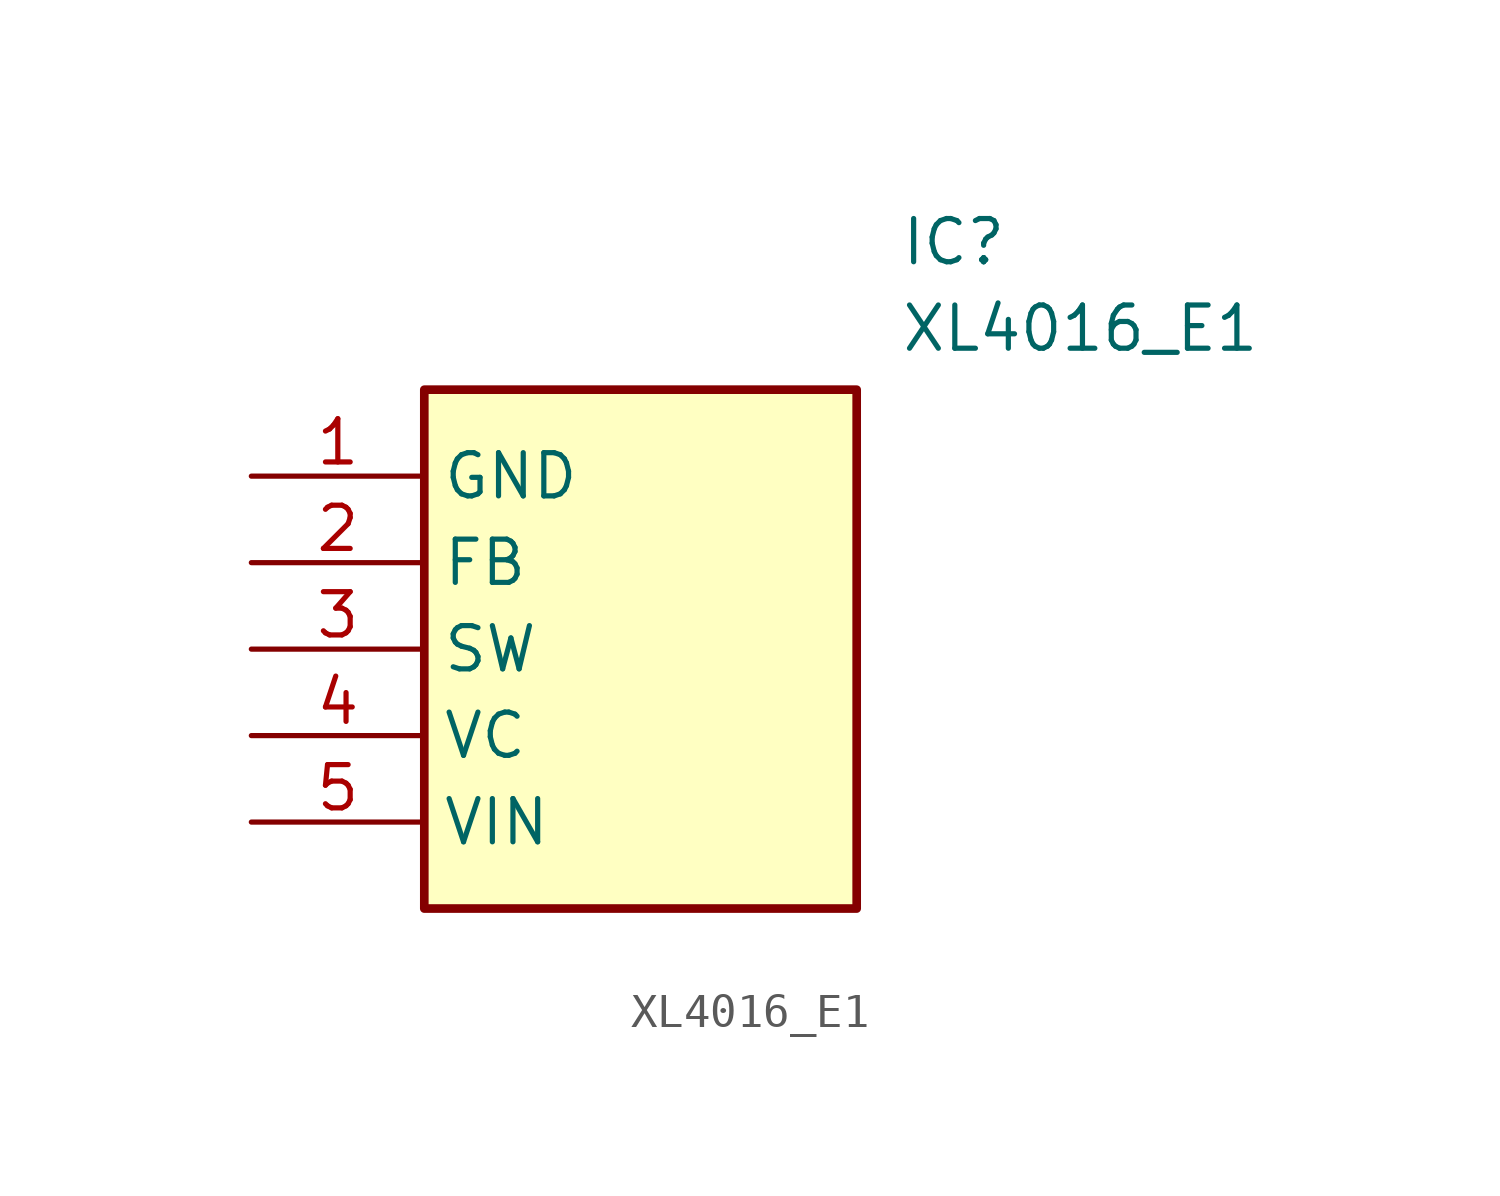
<source format=kicad_sym>
(kicad_symbol_lib
  (version 20231120)
  (generator "kicad_symbol_editor")
  (generator_version "8.0")
  (symbol "XL4016_E1"
    (property "Reference" "IC"
      (at 19.05 7.62 0)
      (effects (font (size 1.27 1.27)) (justify left top)))
    (property "Value" "XL4016_E1"
      (at 19.05 5.08 0)
      (effects (font (size 1.27 1.27)) (justify left top)))
    (symbol "XL4016_E1_1_1"
      (rectangle (start 5.08 2.54) (end 17.78 -12.7) (stroke (width 0.254) (type default)) (fill (type background)))
      (pin passive line (at 0 0 0) (length 5.08) (name "GND" (effects (font (size 1.27 1.27)))) (number "1" (effects (font (size 1.27 1.27)))))
      (pin passive line (at 0 -2.54 0) (length 5.08) (name "FB" (effects (font (size 1.27 1.27)))) (number "2" (effects (font (size 1.27 1.27)))))
      (pin passive line (at 0 -5.08 0) (length 5.08) (name "SW" (effects (font (size 1.27 1.27)))) (number "3" (effects (font (size 1.27 1.27)))))
      (pin passive line (at 0 -7.62 0) (length 5.08) (name "VC" (effects (font (size 1.27 1.27)))) (number "4" (effects (font (size 1.27 1.27)))))
      (pin passive line (at 0 -10.16 0) (length 5.08) (name "VIN" (effects (font (size 1.27 1.27)))) (number "5" (effects (font (size 1.27 1.27))))))))
</source>
